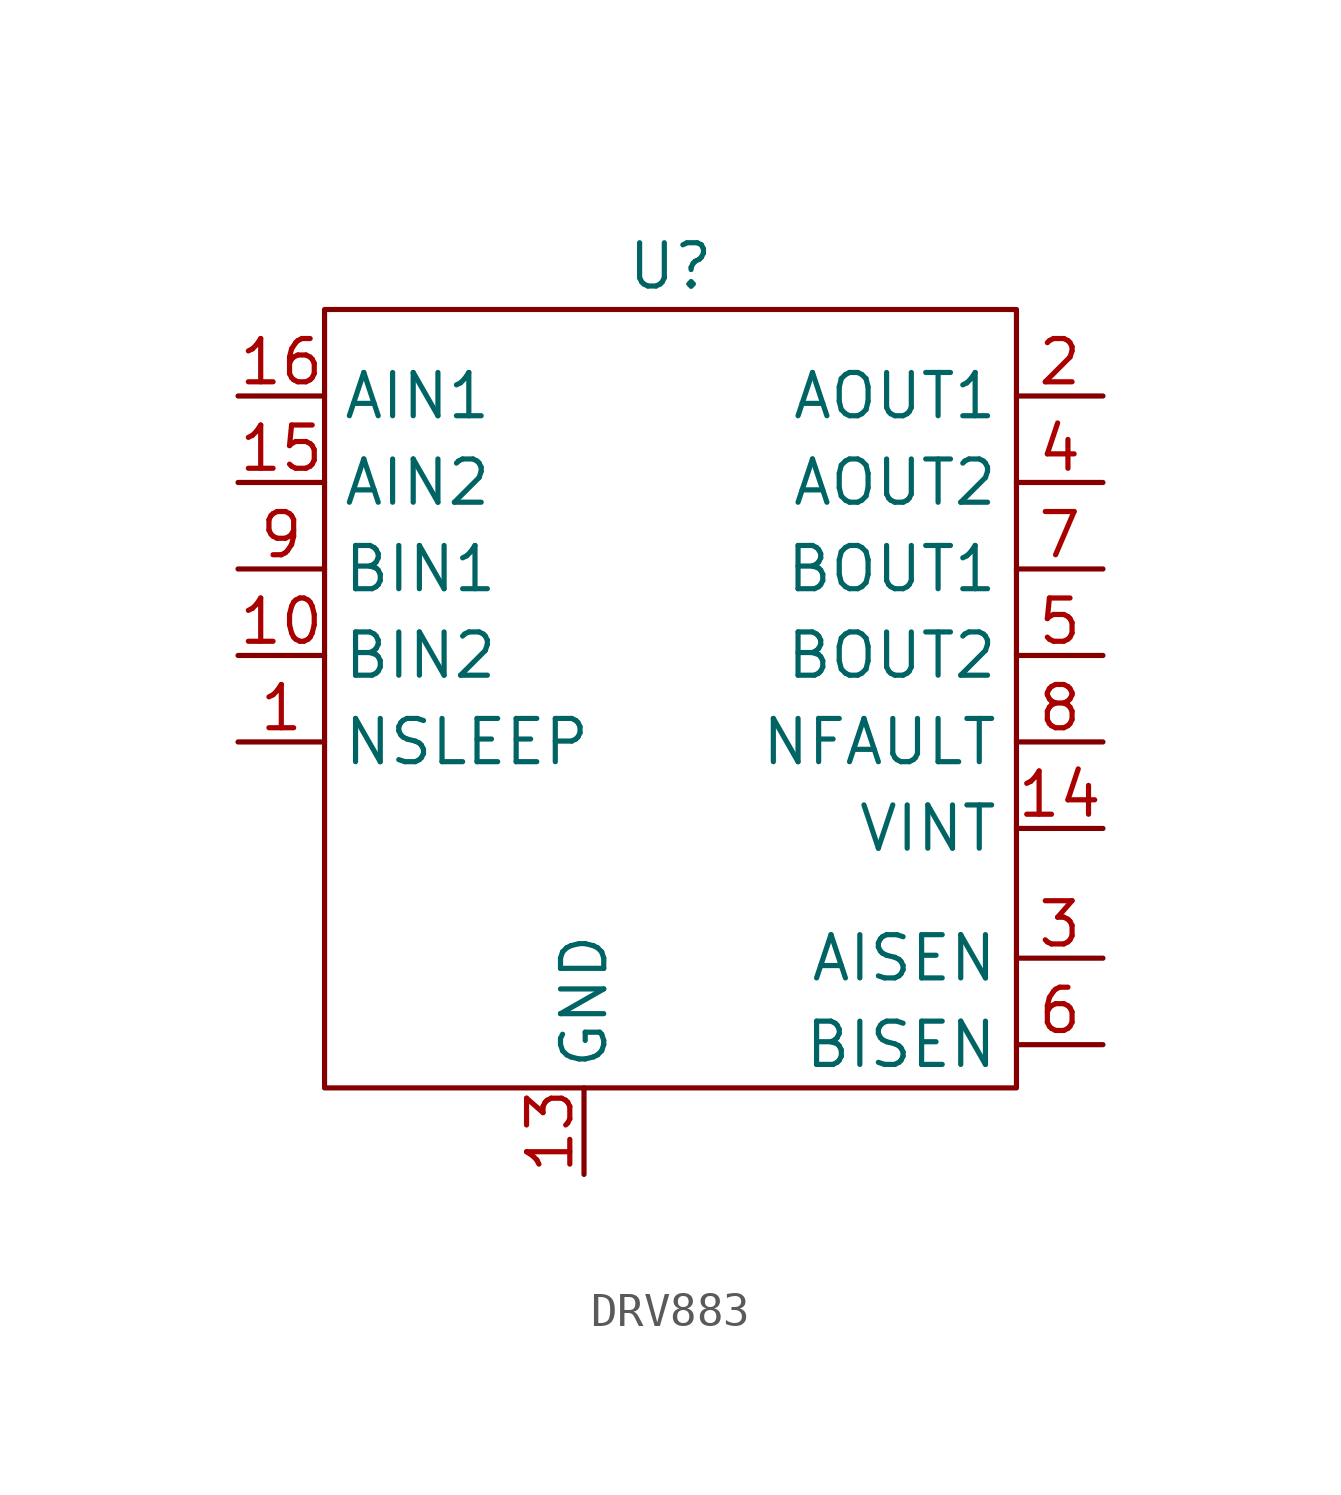
<source format=kicad_sym>
(kicad_symbol_lib
  (version 20220914)
  (generator kicad_symbol_editor)
  (symbol "DRV883"
    (property "Reference" "U"
      (at 0 12.7 0)
      (effects (font (size 1.27 1.27))))
    (property "Value" ""
      (at 0 0 0)
      (effects (font (size 1.27 1.27))))
    (symbol "DRV883_0_1"
      (rectangle (start -10.16 11.43) (end 10.16 -11.43) (stroke (width 0) (type default)) (fill (type none))))
    (symbol "DRV883_1_1"
      (pin input line (at -12.7 -1.27 0) (length 2.54) (name "NSLEEP" (effects (font (size 1.27 1.27)))) (number "1" (effects (font (size 1.27 1.27)))))
      (pin input line (at -12.7 1.27 0) (length 2.54) (name "BIN2" (effects (font (size 1.27 1.27)))) (number "10" (effects (font (size 1.27 1.27)))))
      (pin input line (at -2.54 -13.97 90) (length 2.54) (name "GND" (effects (font (size 1.27 1.27)))) (number "13" (effects (font (size 1.27 1.27)))))
      (pin input line (at 12.7 -3.81 180) (length 2.54) (name "VINT" (effects (font (size 1.27 1.27)))) (number "14" (effects (font (size 1.27 1.27)))))
      (pin input line (at -12.7 6.35 0) (length 2.54) (name "AIN2" (effects (font (size 1.27 1.27)))) (number "15" (effects (font (size 1.27 1.27)))))
      (pin input line (at -12.7 8.89 0) (length 2.54) (name "AIN1" (effects (font (size 1.27 1.27)))) (number "16" (effects (font (size 1.27 1.27)))))
      (pin input line (at 12.7 8.89 180) (length 2.54) (name "AOUT1" (effects (font (size 1.27 1.27)))) (number "2" (effects (font (size 1.27 1.27)))))
      (pin input line (at 12.7 -7.62 180) (length 2.54) (name "AISEN" (effects (font (size 1.27 1.27)))) (number "3" (effects (font (size 1.27 1.27)))))
      (pin input line (at 12.7 6.35 180) (length 2.54) (name "AOUT2" (effects (font (size 1.27 1.27)))) (number "4" (effects (font (size 1.27 1.27)))))
      (pin input line (at 12.7 1.27 180) (length 2.54) (name "BOUT2" (effects (font (size 1.27 1.27)))) (number "5" (effects (font (size 1.27 1.27)))))
      (pin input line (at 12.7 -10.16 180) (length 2.54) (name "BISEN" (effects (font (size 1.27 1.27)))) (number "6" (effects (font (size 1.27 1.27)))))
      (pin input line (at 12.7 3.81 180) (length 2.54) (name "BOUT1" (effects (font (size 1.27 1.27)))) (number "7" (effects (font (size 1.27 1.27)))))
      (pin input line (at 12.7 -1.27 180) (length 2.54) (name "NFAULT" (effects (font (size 1.27 1.27)))) (number "8" (effects (font (size 1.27 1.27)))))
      (pin input line (at -12.7 3.81 0) (length 2.54) (name "BIN1" (effects (font (size 1.27 1.27)))) (number "9" (effects (font (size 1.27 1.27))))))))
</source>
